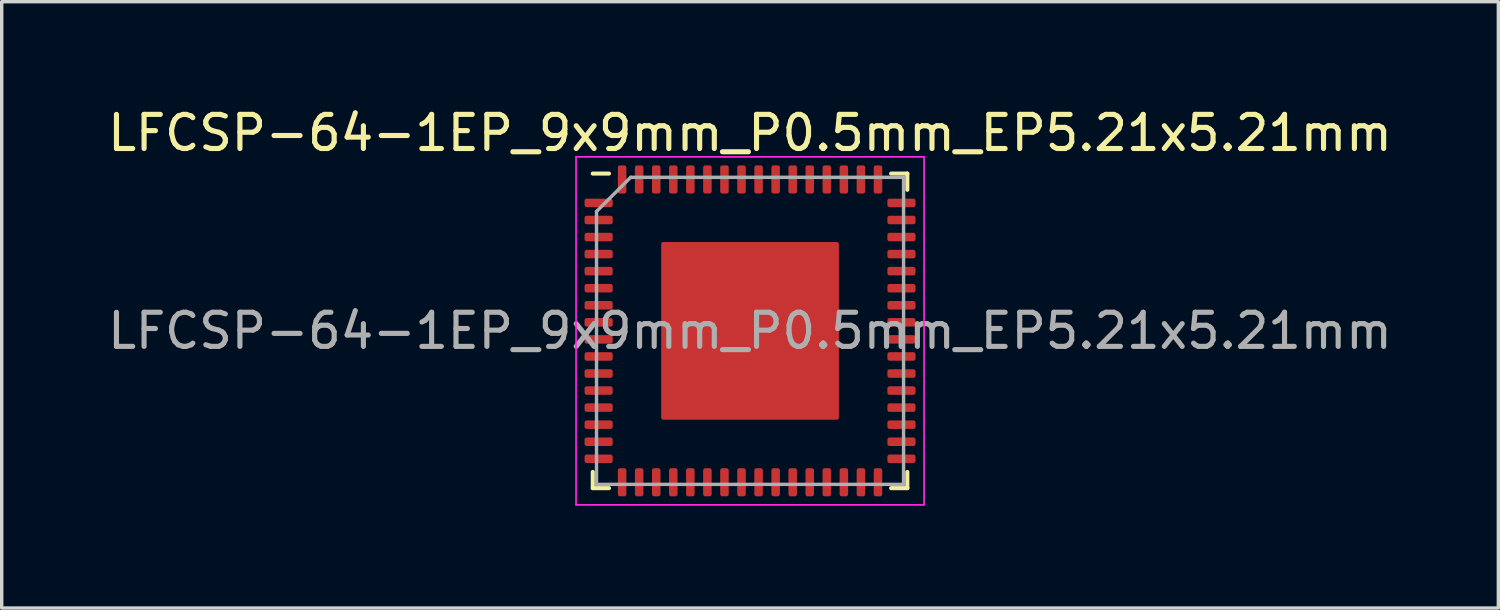
<source format=kicad_pcb>
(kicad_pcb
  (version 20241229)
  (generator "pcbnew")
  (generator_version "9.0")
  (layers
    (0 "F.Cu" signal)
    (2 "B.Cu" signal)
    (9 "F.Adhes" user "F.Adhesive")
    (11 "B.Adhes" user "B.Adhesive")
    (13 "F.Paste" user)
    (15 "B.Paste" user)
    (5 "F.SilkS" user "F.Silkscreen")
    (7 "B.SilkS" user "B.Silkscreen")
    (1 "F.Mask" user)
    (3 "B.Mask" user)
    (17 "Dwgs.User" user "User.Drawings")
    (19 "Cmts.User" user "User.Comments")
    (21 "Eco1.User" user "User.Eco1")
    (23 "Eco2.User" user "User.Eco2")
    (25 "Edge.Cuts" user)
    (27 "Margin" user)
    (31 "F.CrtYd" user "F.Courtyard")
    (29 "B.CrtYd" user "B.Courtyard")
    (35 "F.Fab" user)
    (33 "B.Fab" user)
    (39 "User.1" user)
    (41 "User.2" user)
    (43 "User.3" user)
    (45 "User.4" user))
  (footprint "LFCSP-64-1EP_9x9mm_P0.5mm_EP5.21x5.21mm"
    (layer "F.Cu")
    (at 18.935 6.648)
    (property "Reference" "LFCSP-64-1EP_9x9mm_P0.5mm_EP5.21x5.21mm" (at 0 -5.8 0) (layer "F.SilkS") (effects (font (size 1 1) (thickness 0.15))))
    (attr smd)
    (fp_line (start -4.61 4.61) (end -4.61 4.135) (stroke (width 0.12) (type solid)) (layer "F.SilkS"))
    (fp_line (start -4.135 -4.61) (end -4.61 -4.61) (stroke (width 0.12) (type solid)) (layer "F.SilkS"))
    (fp_line (start -4.135 4.61) (end -4.61 4.61) (stroke (width 0.12) (type solid)) (layer "F.SilkS"))
    (fp_line (start 4.135 -4.61) (end 4.61 -4.61) (stroke (width 0.12) (type solid)) (layer "F.SilkS"))
    (fp_line (start 4.135 4.61) (end 4.61 4.61) (stroke (width 0.12) (type solid)) (layer "F.SilkS"))
    (fp_line (start 4.61 -4.61) (end 4.61 -4.135) (stroke (width 0.12) (type solid)) (layer "F.SilkS"))
    (fp_line (start 4.61 4.61) (end 4.61 4.135) (stroke (width 0.12) (type solid)) (layer "F.SilkS"))
    (fp_line (start -5.1 -5.1) (end -5.1 5.1) (stroke (width 0.05) (type solid)) (layer "F.CrtYd"))
    (fp_line (start -5.1 5.1) (end 5.1 5.1) (stroke (width 0.05) (type solid)) (layer "F.CrtYd"))
    (fp_line (start 5.1 -5.1) (end -5.1 -5.1) (stroke (width 0.05) (type solid)) (layer "F.CrtYd"))
    (fp_line (start 5.1 5.1) (end 5.1 -5.1) (stroke (width 0.05) (type solid)) (layer "F.CrtYd"))
    (fp_line (start -4.5 -3.5) (end -3.5 -4.5) (stroke (width 0.1) (type solid)) (layer "F.Fab"))
    (fp_line (start -4.5 4.5) (end -4.5 -3.5) (stroke (width 0.1) (type solid)) (layer "F.Fab"))
    (fp_line (start -3.5 -4.5) (end 4.5 -4.5) (stroke (width 0.1) (type solid)) (layer "F.Fab"))
    (fp_line (start 4.5 -4.5) (end 4.5 4.5) (stroke (width 0.1) (type solid)) (layer "F.Fab"))
    (fp_line (start 4.5 4.5) (end -4.5 4.5) (stroke (width 0.1) (type solid)) (layer "F.Fab"))
    (fp_text user "${REFERENCE}" (at 0 0 0) (layer "F.Fab") (effects (font (size 1 1) (thickness 0.15))))
    (pad "" smd roundrect (at -1.3 -1.3) (size 2.1 2.1) (layers "F.Paste") (roundrect_rratio 0.119))
    (pad "" smd roundrect (at -1.3 1.3) (size 2.1 2.1) (layers "F.Paste") (roundrect_rratio 0.119))
    (pad "" smd roundrect (at 1.3 -1.3) (size 2.1 2.1) (layers "F.Paste") (roundrect_rratio 0.119))
    (pad "" smd roundrect (at 1.3 1.3) (size 2.1 2.1) (layers "F.Paste") (roundrect_rratio 0.119))
    (pad "1" smd roundrect (at -4.438 -3.75) (size 0.825 0.25) (layers "F.Cu" "F.Mask" "F.Paste") (roundrect_rratio 0.25))
    (pad "2" smd roundrect (at -4.438 -3.25) (size 0.825 0.25) (layers "F.Cu" "F.Mask" "F.Paste") (roundrect_rratio 0.25))
    (pad "3" smd roundrect (at -4.438 -2.75) (size 0.825 0.25) (layers "F.Cu" "F.Mask" "F.Paste") (roundrect_rratio 0.25))
    (pad "4" smd roundrect (at -4.438 -2.25) (size 0.825 0.25) (layers "F.Cu" "F.Mask" "F.Paste") (roundrect_rratio 0.25))
    (pad "5" smd roundrect (at -4.438 -1.75) (size 0.825 0.25) (layers "F.Cu" "F.Mask" "F.Paste") (roundrect_rratio 0.25))
    (pad "6" smd roundrect (at -4.438 -1.25) (size 0.825 0.25) (layers "F.Cu" "F.Mask" "F.Paste") (roundrect_rratio 0.25))
    (pad "7" smd roundrect (at -4.438 -0.75) (size 0.825 0.25) (layers "F.Cu" "F.Mask" "F.Paste") (roundrect_rratio 0.25))
    (pad "8" smd roundrect (at -4.438 -0.25) (size 0.825 0.25) (layers "F.Cu" "F.Mask" "F.Paste") (roundrect_rratio 0.25))
    (pad "9" smd roundrect (at -4.438 0.25) (size 0.825 0.25) (layers "F.Cu" "F.Mask" "F.Paste") (roundrect_rratio 0.25))
    (pad "10" smd roundrect (at -4.438 0.75) (size 0.825 0.25) (layers "F.Cu" "F.Mask" "F.Paste") (roundrect_rratio 0.25))
    (pad "11" smd roundrect (at -4.438 1.25) (size 0.825 0.25) (layers "F.Cu" "F.Mask" "F.Paste") (roundrect_rratio 0.25))
    (pad "12" smd roundrect (at -4.438 1.75) (size 0.825 0.25) (layers "F.Cu" "F.Mask" "F.Paste") (roundrect_rratio 0.25))
    (pad "13" smd roundrect (at -4.438 2.25) (size 0.825 0.25) (layers "F.Cu" "F.Mask" "F.Paste") (roundrect_rratio 0.25))
    (pad "14" smd roundrect (at -4.438 2.75) (size 0.825 0.25) (layers "F.Cu" "F.Mask" "F.Paste") (roundrect_rratio 0.25))
    (pad "15" smd roundrect (at -4.438 3.25) (size 0.825 0.25) (layers "F.Cu" "F.Mask" "F.Paste") (roundrect_rratio 0.25))
    (pad "16" smd roundrect (at -4.438 3.75) (size 0.825 0.25) (layers "F.Cu" "F.Mask" "F.Paste") (roundrect_rratio 0.25))
    (pad "17" smd roundrect (at -3.75 4.438) (size 0.25 0.825) (layers "F.Cu" "F.Mask" "F.Paste") (roundrect_rratio 0.25))
    (pad "18" smd roundrect (at -3.25 4.438) (size 0.25 0.825) (layers "F.Cu" "F.Mask" "F.Paste") (roundrect_rratio 0.25))
    (pad "19" smd roundrect (at -2.75 4.438) (size 0.25 0.825) (layers "F.Cu" "F.Mask" "F.Paste") (roundrect_rratio 0.25))
    (pad "20" smd roundrect (at -2.25 4.438) (size 0.25 0.825) (layers "F.Cu" "F.Mask" "F.Paste") (roundrect_rratio 0.25))
    (pad "21" smd roundrect (at -1.75 4.438) (size 0.25 0.825) (layers "F.Cu" "F.Mask" "F.Paste") (roundrect_rratio 0.25))
    (pad "22" smd roundrect (at -1.25 4.438) (size 0.25 0.825) (layers "F.Cu" "F.Mask" "F.Paste") (roundrect_rratio 0.25))
    (pad "23" smd roundrect (at -0.75 4.438) (size 0.25 0.825) (layers "F.Cu" "F.Mask" "F.Paste") (roundrect_rratio 0.25))
    (pad "24" smd roundrect (at -0.25 4.438) (size 0.25 0.825) (layers "F.Cu" "F.Mask" "F.Paste") (roundrect_rratio 0.25))
    (pad "25" smd roundrect (at 0.25 4.438) (size 0.25 0.825) (layers "F.Cu" "F.Mask" "F.Paste") (roundrect_rratio 0.25))
    (pad "26" smd roundrect (at 0.75 4.438) (size 0.25 0.825) (layers "F.Cu" "F.Mask" "F.Paste") (roundrect_rratio 0.25))
    (pad "27" smd roundrect (at 1.25 4.438) (size 0.25 0.825) (layers "F.Cu" "F.Mask" "F.Paste") (roundrect_rratio 0.25))
    (pad "28" smd roundrect (at 1.75 4.438) (size 0.25 0.825) (layers "F.Cu" "F.Mask" "F.Paste") (roundrect_rratio 0.25))
    (pad "29" smd roundrect (at 2.25 4.438) (size 0.25 0.825) (layers "F.Cu" "F.Mask" "F.Paste") (roundrect_rratio 0.25))
    (pad "30" smd roundrect (at 2.75 4.438) (size 0.25 0.825) (layers "F.Cu" "F.Mask" "F.Paste") (roundrect_rratio 0.25))
    (pad "31" smd roundrect (at 3.25 4.438) (size 0.25 0.825) (layers "F.Cu" "F.Mask" "F.Paste") (roundrect_rratio 0.25))
    (pad "32" smd roundrect (at 3.75 4.438) (size 0.25 0.825) (layers "F.Cu" "F.Mask" "F.Paste") (roundrect_rratio 0.25))
    (pad "33" smd roundrect (at 4.438 3.75) (size 0.825 0.25) (layers "F.Cu" "F.Mask" "F.Paste") (roundrect_rratio 0.25))
    (pad "34" smd roundrect (at 4.438 3.25) (size 0.825 0.25) (layers "F.Cu" "F.Mask" "F.Paste") (roundrect_rratio 0.25))
    (pad "35" smd roundrect (at 4.438 2.75) (size 0.825 0.25) (layers "F.Cu" "F.Mask" "F.Paste") (roundrect_rratio 0.25))
    (pad "36" smd roundrect (at 4.438 2.25) (size 0.825 0.25) (layers "F.Cu" "F.Mask" "F.Paste") (roundrect_rratio 0.25))
    (pad "37" smd roundrect (at 4.438 1.75) (size 0.825 0.25) (layers "F.Cu" "F.Mask" "F.Paste") (roundrect_rratio 0.25))
    (pad "38" smd roundrect (at 4.438 1.25) (size 0.825 0.25) (layers "F.Cu" "F.Mask" "F.Paste") (roundrect_rratio 0.25))
    (pad "39" smd roundrect (at 4.438 0.75) (size 0.825 0.25) (layers "F.Cu" "F.Mask" "F.Paste") (roundrect_rratio 0.25))
    (pad "40" smd roundrect (at 4.438 0.25) (size 0.825 0.25) (layers "F.Cu" "F.Mask" "F.Paste") (roundrect_rratio 0.25))
    (pad "41" smd roundrect (at 4.438 -0.25) (size 0.825 0.25) (layers "F.Cu" "F.Mask" "F.Paste") (roundrect_rratio 0.25))
    (pad "42" smd roundrect (at 4.438 -0.75) (size 0.825 0.25) (layers "F.Cu" "F.Mask" "F.Paste") (roundrect_rratio 0.25))
    (pad "43" smd roundrect (at 4.438 -1.25) (size 0.825 0.25) (layers "F.Cu" "F.Mask" "F.Paste") (roundrect_rratio 0.25))
    (pad "44" smd roundrect (at 4.438 -1.75) (size 0.825 0.25) (layers "F.Cu" "F.Mask" "F.Paste") (roundrect_rratio 0.25))
    (pad "45" smd roundrect (at 4.438 -2.25) (size 0.825 0.25) (layers "F.Cu" "F.Mask" "F.Paste") (roundrect_rratio 0.25))
    (pad "46" smd roundrect (at 4.438 -2.75) (size 0.825 0.25) (layers "F.Cu" "F.Mask" "F.Paste") (roundrect_rratio 0.25))
    (pad "47" smd roundrect (at 4.438 -3.25) (size 0.825 0.25) (layers "F.Cu" "F.Mask" "F.Paste") (roundrect_rratio 0.25))
    (pad "48" smd roundrect (at 4.438 -3.75) (size 0.825 0.25) (layers "F.Cu" "F.Mask" "F.Paste") (roundrect_rratio 0.25))
    (pad "49" smd roundrect (at 3.75 -4.438) (size 0.25 0.825) (layers "F.Cu" "F.Mask" "F.Paste") (roundrect_rratio 0.25))
    (pad "50" smd roundrect (at 3.25 -4.438) (size 0.25 0.825) (layers "F.Cu" "F.Mask" "F.Paste") (roundrect_rratio 0.25))
    (pad "51" smd roundrect (at 2.75 -4.438) (size 0.25 0.825) (layers "F.Cu" "F.Mask" "F.Paste") (roundrect_rratio 0.25))
    (pad "52" smd roundrect (at 2.25 -4.438) (size 0.25 0.825) (layers "F.Cu" "F.Mask" "F.Paste") (roundrect_rratio 0.25))
    (pad "53" smd roundrect (at 1.75 -4.438) (size 0.25 0.825) (layers "F.Cu" "F.Mask" "F.Paste") (roundrect_rratio 0.25))
    (pad "54" smd roundrect (at 1.25 -4.438) (size 0.25 0.825) (layers "F.Cu" "F.Mask" "F.Paste") (roundrect_rratio 0.25))
    (pad "55" smd roundrect (at 0.75 -4.438) (size 0.25 0.825) (layers "F.Cu" "F.Mask" "F.Paste") (roundrect_rratio 0.25))
    (pad "56" smd roundrect (at 0.25 -4.438) (size 0.25 0.825) (layers "F.Cu" "F.Mask" "F.Paste") (roundrect_rratio 0.25))
    (pad "57" smd roundrect (at -0.25 -4.438) (size 0.25 0.825) (layers "F.Cu" "F.Mask" "F.Paste") (roundrect_rratio 0.25))
    (pad "58" smd roundrect (at -0.75 -4.438) (size 0.25 0.825) (layers "F.Cu" "F.Mask" "F.Paste") (roundrect_rratio 0.25))
    (pad "59" smd roundrect (at -1.25 -4.438) (size 0.25 0.825) (layers "F.Cu" "F.Mask" "F.Paste") (roundrect_rratio 0.25))
    (pad "60" smd roundrect (at -1.75 -4.438) (size 0.25 0.825) (layers "F.Cu" "F.Mask" "F.Paste") (roundrect_rratio 0.25))
    (pad "61" smd roundrect (at -2.25 -4.438) (size 0.25 0.825) (layers "F.Cu" "F.Mask" "F.Paste") (roundrect_rratio 0.25))
    (pad "62" smd roundrect (at -2.75 -4.438) (size 0.25 0.825) (layers "F.Cu" "F.Mask" "F.Paste") (roundrect_rratio 0.25))
    (pad "63" smd roundrect (at -3.25 -4.438) (size 0.25 0.825) (layers "F.Cu" "F.Mask" "F.Paste") (roundrect_rratio 0.25))
    (pad "64" smd roundrect (at -3.75 -4.438) (size 0.25 0.825) (layers "F.Cu" "F.Mask" "F.Paste") (roundrect_rratio 0.25))
    (pad "65" smd roundrect (at 0 0) (size 5.21 5.21) (layers "F.Cu" "F.Mask") (roundrect_rratio 0.012)))
  (gr_rect
    (start -3 -3)
    (end 40.869 14.773)
    (stroke (width 0.1) (type default))
    (fill no)
    (layer "Edge.Cuts")))
</source>
